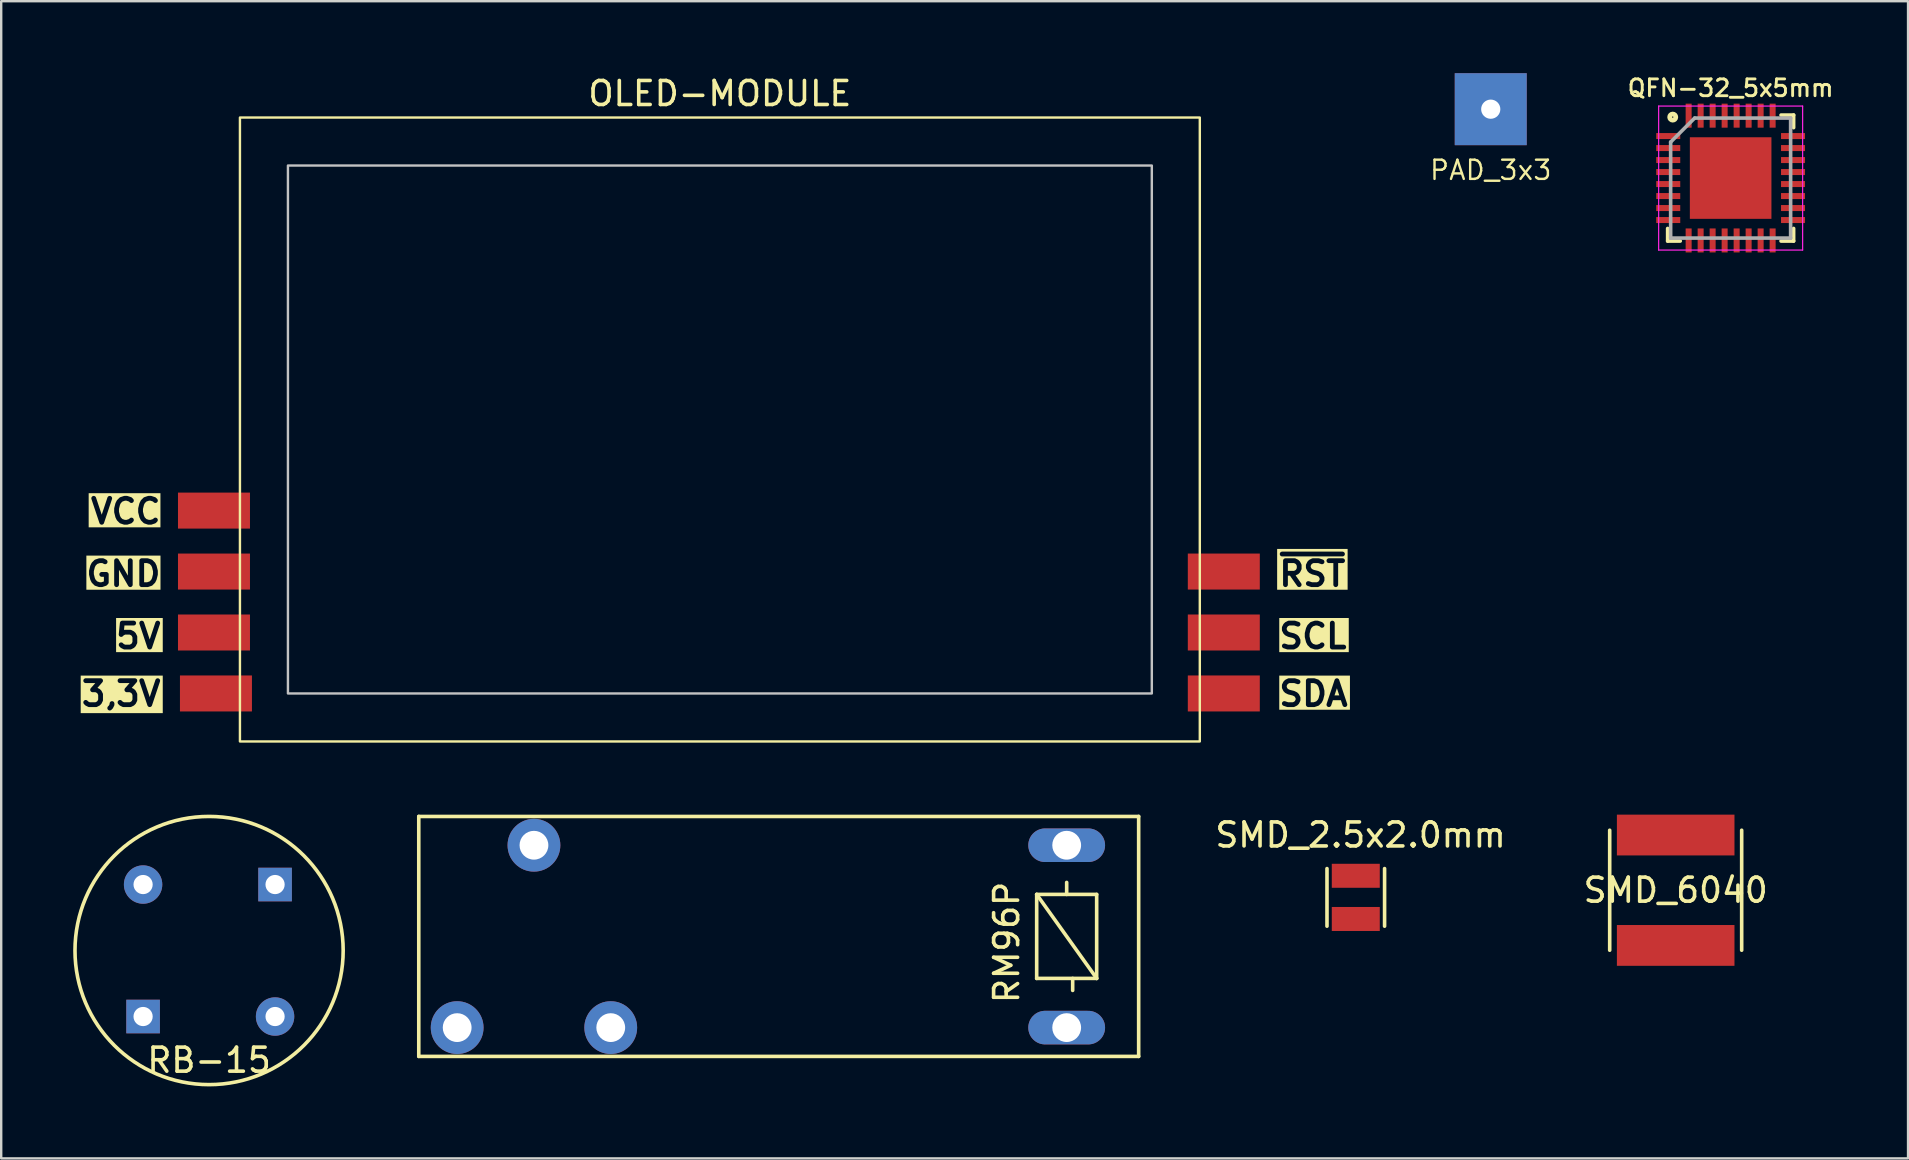
<source format=kicad_pcb>
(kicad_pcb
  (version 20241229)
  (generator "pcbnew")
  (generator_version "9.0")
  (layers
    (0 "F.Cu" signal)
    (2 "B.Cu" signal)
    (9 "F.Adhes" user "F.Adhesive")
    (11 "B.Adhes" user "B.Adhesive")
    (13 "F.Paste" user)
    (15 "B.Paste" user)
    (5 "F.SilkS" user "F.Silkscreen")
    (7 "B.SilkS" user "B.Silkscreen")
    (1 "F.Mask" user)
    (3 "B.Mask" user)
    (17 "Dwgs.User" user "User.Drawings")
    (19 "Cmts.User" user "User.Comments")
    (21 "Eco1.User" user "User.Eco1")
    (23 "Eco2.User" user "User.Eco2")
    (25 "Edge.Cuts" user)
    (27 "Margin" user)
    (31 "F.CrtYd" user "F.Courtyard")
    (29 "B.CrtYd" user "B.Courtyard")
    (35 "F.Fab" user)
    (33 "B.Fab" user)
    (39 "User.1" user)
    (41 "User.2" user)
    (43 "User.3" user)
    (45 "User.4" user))
  (footprint "SMD_6040"
    (layer "F.Cu")
    (at 66.78 34.048)
    (property "Reference" "SMD_6040" (at 0 0 0) (layer "F.SilkS") (effects (font (size 1 1) (thickness 0.15))))
    (attr through_hole)
    (fp_line (start -2.75 -2.5) (end -2.75 2.5) (stroke (width 0.15) (type solid)) (layer "F.SilkS"))
    (fp_line (start 2.75 -2.5) (end 2.75 2.5) (stroke (width 0.15) (type solid)) (layer "F.SilkS"))
    (pad "1" smd rect (at 0 -2.3) (size 4.9 1.7) (layers "F.Cu" "F.Mask" "F.Paste"))
    (pad "2" smd rect (at 0 2.3) (size 4.9 1.7) (layers "F.Cu" "F.Mask" "F.Paste")))
  (footprint "SMD_2.5x2.0mm"
    (layer "F.Cu")
    (at 53.449 34.346)
    (property "Reference" "SMD_2.5x2.0mm" (at 0.2 -2.6 0) (layer "F.SilkS") (effects (font (size 1 1) (thickness 0.15))))
    (attr through_hole)
    (fp_line (start -1.2 -1.2) (end -1.2 1.2) (stroke (width 0.15) (type solid)) (layer "F.SilkS"))
    (fp_line (start 1.2 -1.2) (end 1.2 1.2) (stroke (width 0.15) (type solid)) (layer "F.SilkS"))
    (pad "1" smd rect (at 0 -0.9) (size 2 1) (layers "F.Cu" "F.Mask" "F.Paste"))
    (pad "2" smd rect (at 0 0.9) (size 2 1) (layers "F.Cu" "F.Mask" "F.Paste")))
  (footprint "QFN-32_5x5mm"
    (layer "F.Cu")
    (at 69.07 4.37)
    (property "Reference" "QFN-32_5x5mm" (at 0 -3.75 0) (layer "F.SilkS") (effects (font (size 0.7 0.7) (thickness 0.12))))
    (attr smd)
    (fp_line (start -2.625 2.625) (end -2.625 2.1) (stroke (width 0.15) (type solid)) (layer "F.SilkS"))
    (fp_line (start -2.625 2.625) (end -2.1 2.625) (stroke (width 0.15) (type solid)) (layer "F.SilkS"))
    (fp_line (start 2.625 -2.625) (end 2.1 -2.625) (stroke (width 0.15) (type solid)) (layer "F.SilkS"))
    (fp_line (start 2.625 -2.625) (end 2.625 -2.1) (stroke (width 0.15) (type solid)) (layer "F.SilkS"))
    (fp_line (start 2.625 2.625) (end 2.1 2.625) (stroke (width 0.15) (type solid)) (layer "F.SilkS"))
    (fp_line (start 2.625 2.625) (end 2.625 2.1) (stroke (width 0.15) (type solid)) (layer "F.SilkS"))
    (fp_circle (center -2.413 -2.54) (end -2.286 -2.54) (stroke (width 0.2) (type solid)) (fill no) (layer "F.SilkS"))
    (fp_line (start -3 -3) (end -3 3) (stroke (width 0.05) (type solid)) (layer "F.CrtYd"))
    (fp_line (start -3 -3) (end 3 -3) (stroke (width 0.05) (type solid)) (layer "F.CrtYd"))
    (fp_line (start -3 3) (end 3 3) (stroke (width 0.05) (type solid)) (layer "F.CrtYd"))
    (fp_line (start 3 -3) (end 3 3) (stroke (width 0.05) (type solid)) (layer "F.CrtYd"))
    (fp_line (start -2.5 -1.5) (end -1.5 -2.5) (stroke (width 0.15) (type solid)) (layer "F.Fab"))
    (fp_line (start -2.5 2.5) (end -2.5 -1.5) (stroke (width 0.15) (type solid)) (layer "F.Fab"))
    (fp_line (start -1.5 -2.5) (end 2.5 -2.5) (stroke (width 0.15) (type solid)) (layer "F.Fab"))
    (fp_line (start 2.5 -2.5) (end 2.5 2.5) (stroke (width 0.15) (type solid)) (layer "F.Fab"))
    (fp_line (start 2.5 2.5) (end -2.5 2.5) (stroke (width 0.15) (type solid)) (layer "F.Fab"))
    (pad "1" smd rect (at -2.6 -1.75) (size 1 0.25) (layers "F.Cu" "F.Mask" "F.Paste"))
    (pad "2" smd rect (at -2.6 -1.25) (size 1 0.25) (layers "F.Cu" "F.Mask" "F.Paste"))
    (pad "3" smd rect (at -2.6 -0.75) (size 1 0.25) (layers "F.Cu" "F.Mask" "F.Paste"))
    (pad "4" smd rect (at -2.6 -0.25) (size 1 0.25) (layers "F.Cu" "F.Mask" "F.Paste"))
    (pad "5" smd rect (at -2.6 0.25) (size 1 0.25) (layers "F.Cu" "F.Mask" "F.Paste"))
    (pad "6" smd rect (at -2.6 0.75) (size 1 0.25) (layers "F.Cu" "F.Mask" "F.Paste"))
    (pad "7" smd rect (at -2.6 1.25) (size 1 0.25) (layers "F.Cu" "F.Mask" "F.Paste"))
    (pad "8" smd rect (at -2.6 1.75) (size 1 0.25) (layers "F.Cu" "F.Mask" "F.Paste"))
    (pad "9" smd rect (at -1.75 2.6 90) (size 1 0.25) (layers "F.Cu" "F.Mask" "F.Paste"))
    (pad "10" smd rect (at -1.25 2.6 90) (size 1 0.25) (layers "F.Cu" "F.Mask" "F.Paste"))
    (pad "11" smd rect (at -0.75 2.6 90) (size 1 0.25) (layers "F.Cu" "F.Mask" "F.Paste"))
    (pad "12" smd rect (at -0.25 2.6 90) (size 1 0.25) (layers "F.Cu" "F.Mask" "F.Paste"))
    (pad "13" smd rect (at 0.25 2.6 90) (size 1 0.25) (layers "F.Cu" "F.Mask" "F.Paste"))
    (pad "14" smd rect (at 0.75 2.6 90) (size 1 0.25) (layers "F.Cu" "F.Mask" "F.Paste"))
    (pad "15" smd rect (at 1.25 2.6 90) (size 1 0.25) (layers "F.Cu" "F.Mask" "F.Paste"))
    (pad "16" smd rect (at 1.75 2.6 90) (size 1 0.25) (layers "F.Cu" "F.Mask" "F.Paste"))
    (pad "17" smd rect (at 2.6 1.75) (size 1 0.25) (layers "F.Cu" "F.Mask" "F.Paste"))
    (pad "18" smd rect (at 2.6 1.25) (size 1 0.25) (layers "F.Cu" "F.Mask" "F.Paste"))
    (pad "19" smd rect (at 2.6 0.75) (size 1 0.25) (layers "F.Cu" "F.Mask" "F.Paste"))
    (pad "20" smd rect (at 2.6 0.25) (size 1 0.25) (layers "F.Cu" "F.Mask" "F.Paste"))
    (pad "21" smd rect (at 2.6 -0.25) (size 1 0.25) (layers "F.Cu" "F.Mask" "F.Paste"))
    (pad "22" smd rect (at 2.6 -0.75) (size 1 0.25) (layers "F.Cu" "F.Mask" "F.Paste"))
    (pad "23" smd rect (at 2.6 -1.25) (size 1 0.25) (layers "F.Cu" "F.Mask" "F.Paste"))
    (pad "24" smd rect (at 2.6 -1.75) (size 1 0.25) (layers "F.Cu" "F.Mask" "F.Paste"))
    (pad "25" smd rect (at 1.75 -2.6 90) (size 1 0.25) (layers "F.Cu" "F.Mask" "F.Paste"))
    (pad "26" smd rect (at 1.25 -2.6 90) (size 1 0.25) (layers "F.Cu" "F.Mask" "F.Paste"))
    (pad "27" smd rect (at 0.75 -2.6 90) (size 1 0.25) (layers "F.Cu" "F.Mask" "F.Paste"))
    (pad "28" smd rect (at 0.25 -2.6 90) (size 1 0.25) (layers "F.Cu" "F.Mask" "F.Paste"))
    (pad "29" smd rect (at -0.25 -2.6 90) (size 1 0.25) (layers "F.Cu" "F.Mask" "F.Paste"))
    (pad "30" smd rect (at -0.75 -2.6 90) (size 1 0.25) (layers "F.Cu" "F.Mask" "F.Paste"))
    (pad "31" smd rect (at -1.25 -2.6 90) (size 1 0.25) (layers "F.Cu" "F.Mask" "F.Paste"))
    (pad "32" smd rect (at -1.75 -2.6 90) (size 1 0.25) (layers "F.Cu" "F.Mask" "F.Paste"))
    (pad "33" smd rect (at 0 0) (size 3.4 3.4) (layers "F.Cu" "F.Mask" "F.Paste")))
  (footprint "RM96P"
    (layer "F.Cu")
    (at 29.401 35.973)
    (property "Reference" "RM96P" (at 9.5 0.25 90) (layer "F.SilkS") (effects (font (size 1 1) (thickness 0.15))))
    (attr through_hole)
    (fp_line (start -15 -5) (end 15 -5) (stroke (width 0.15) (type solid)) (layer "F.SilkS"))
    (fp_line (start -15 5) (end -15 -5) (stroke (width 0.15) (type solid)) (layer "F.SilkS"))
    (fp_line (start 10.75 -1.75) (end 13.25 -1.75) (stroke (width 0.15) (type solid)) (layer "F.SilkS"))
    (fp_line (start 10.75 -1.75) (end 13.25 1.75) (stroke (width 0.15) (type solid)) (layer "F.SilkS"))
    (fp_line (start 10.75 1.75) (end 10.75 -1.75) (stroke (width 0.15) (type solid)) (layer "F.SilkS"))
    (fp_line (start 12 -1.75) (end 12 -2.25) (stroke (width 0.15) (type solid)) (layer "F.SilkS"))
    (fp_line (start 12.25 1.75) (end 12.25 2.25) (stroke (width 0.15) (type solid)) (layer "F.SilkS"))
    (fp_line (start 13.25 -1.75) (end 13.25 1.75) (stroke (width 0.15) (type solid)) (layer "F.SilkS"))
    (fp_line (start 13.25 1.75) (end 10.75 1.75) (stroke (width 0.15) (type solid)) (layer "F.SilkS"))
    (fp_line (start 15 -5) (end 15 5) (stroke (width 0.15) (type solid)) (layer "F.SilkS"))
    (fp_line (start 15 5) (end -15 5) (stroke (width 0.15) (type solid)) (layer "F.SilkS"))
    (pad "11" thru_hole circle (at -10.2 -3.8) (size 2.2 2.2) (drill 1.2) (layers "*.Cu" "*.Mask"))
    (pad "12" thru_hole circle (at -7 3.8) (size 2.2 2.2) (drill 1.2) (layers "*.Cu" "*.Mask"))
    (pad "13" thru_hole circle (at -13.4 3.8) (size 2.2 2.2) (drill 1.2) (layers "*.Cu" "*.Mask"))
    (pad "A1" thru_hole oval (at 12 3.8) (size 3.2 1.4) (drill 1.2) (layers "*.Cu" "*.Mask"))
    (pad "A2" thru_hole oval (at 12 -3.8) (size 3.2 1.4) (drill 1.2) (layers "*.Cu" "*.Mask")))
  (footprint "OLED-MODULE"
    (layer "F.Cu")
    (at 26.949 14.848)
    (property "Reference" "OLED-MODULE" (at 0 -14 180) (layer "F.SilkS") (effects (font (size 1 1) (thickness 0.15))))
    (attr through_hole)
    (fp_rect (start -20 -13) (end 20 13) (stroke (width 0.1) (type default)) (fill no) (layer "F.SilkS"))
    (fp_rect (start -18 11) (end 18 -11) (stroke (width 0.1) (type default)) (fill no) (layer "Dwgs.User"))
    (fp_text user "SCL" (at 23.2 9.2 0) (unlocked yes) (layer "F.SilkS" knockout) (effects (font (size 1 1) (thickness 0.2) (bold yes)) (justify left bottom)))
    (fp_text user "5V" (at -23.2 9.2 0) (unlocked yes) (layer "F.SilkS" knockout) (effects (font (size 1 1) (thickness 0.2) (bold yes)) (justify right bottom)))
    (fp_text user "~{RST}" (at 23.2 6.6 0) (unlocked yes) (layer "F.SilkS" knockout) (effects (font (size 1 1) (thickness 0.2) (bold yes)) (justify left bottom)))
    (fp_text user "SDA" (at 23.2 11.6 0) (unlocked yes) (layer "F.SilkS" knockout) (effects (font (size 1 1) (thickness 0.2) (bold yes)) (justify left bottom)))
    (fp_text user "VCC" (at -23.2 4 0) (unlocked yes) (layer "F.SilkS" knockout) (effects (font (size 1 1) (thickness 0.2) (bold yes)) (justify right bottom)))
    (fp_text user "3,3V" (at -23.2 11.6 0) (unlocked yes) (layer "F.SilkS" knockout) (effects (font (size 1 1) (thickness 0.2) (bold yes)) (justify right bottom)))
    (fp_text user "GND" (at -23.2 6.6 0) (unlocked yes) (layer "F.SilkS" knockout) (effects (font (size 1 1) (thickness 0.2) (bold yes)) (justify right bottom)))
    (pad "1" smd rect (at -21 11 90) (size 1.5 3) (layers "F.Cu" "F.Mask" "F.Paste"))
    (pad "2" smd rect (at -21.082 8.46 90) (size 1.5 3) (layers "F.Cu" "F.Mask" "F.Paste"))
    (pad "3" smd rect (at -21.082 5.92 90) (size 1.5 3) (layers "F.Cu" "F.Mask" "F.Paste"))
    (pad "4" smd rect (at -21.082 3.38 90) (size 1.5 3) (layers "F.Cu" "F.Mask" "F.Paste"))
    (pad "5" smd rect (at 21 11 90) (size 1.5 3) (layers "F.Cu" "F.Mask" "F.Paste"))
    (pad "6" smd rect (at 21 8.46 90) (size 1.5 3) (layers "F.Cu" "F.Mask" "F.Paste"))
    (pad "7" smd rect (at 21 5.92 90) (size 1.5 3) (layers "F.Cu" "F.Mask" "F.Paste")))
  (footprint "PAD_3x3"
    (layer "F.Cu")
    (at 59.073 1.5)
    (property "Reference" "PAD_3x3" (at 0 2.54 0) (layer "F.SilkS") (effects (font (size 0.8 0.8) (thickness 0.1))))
    (attr through_hole)
    (pad "1" thru_hole rect (at 0 0) (size 3 3) (drill 0.8) (layers "*.Cu" "*.Mask")))
  (footprint "RB-15"
    (layer "F.Cu")
    (at 5.663 36.561)
    (property "Reference" "RB-15" (at 0 4.572 0) (layer "F.SilkS") (effects (font (size 1 1) (thickness 0.15))))
    (attr through_hole)
    (fp_arc (start 0 5.588) (mid 0 -5.588) (end 0 5.588) (stroke (width 0.15) (type solid)) (layer "F.SilkS"))
    (pad "1" thru_hole circle (at -2.75 -2.75) (size 1.6 1.6) (drill 0.8) (layers "*.Cu" "*.Mask"))
    (pad "2" thru_hole rect (at 2.75 -2.75) (size 1.4 1.4) (drill 0.8) (layers "*.Cu" "*.Mask"))
    (pad "3" thru_hole circle (at 2.75 2.75) (size 1.6 1.6) (drill 0.8) (layers "*.Cu" "*.Mask"))
    (pad "4" thru_hole rect (at -2.75 2.75) (size 1.4 1.4) (drill 0.8) (layers "*.Cu" "*.Mask")))
  (gr_rect
    (start -3 -3)
    (end 76.463 45.224)
    (stroke (width 0.1) (type default))
    (fill no)
    (layer "Edge.Cuts")))
</source>
